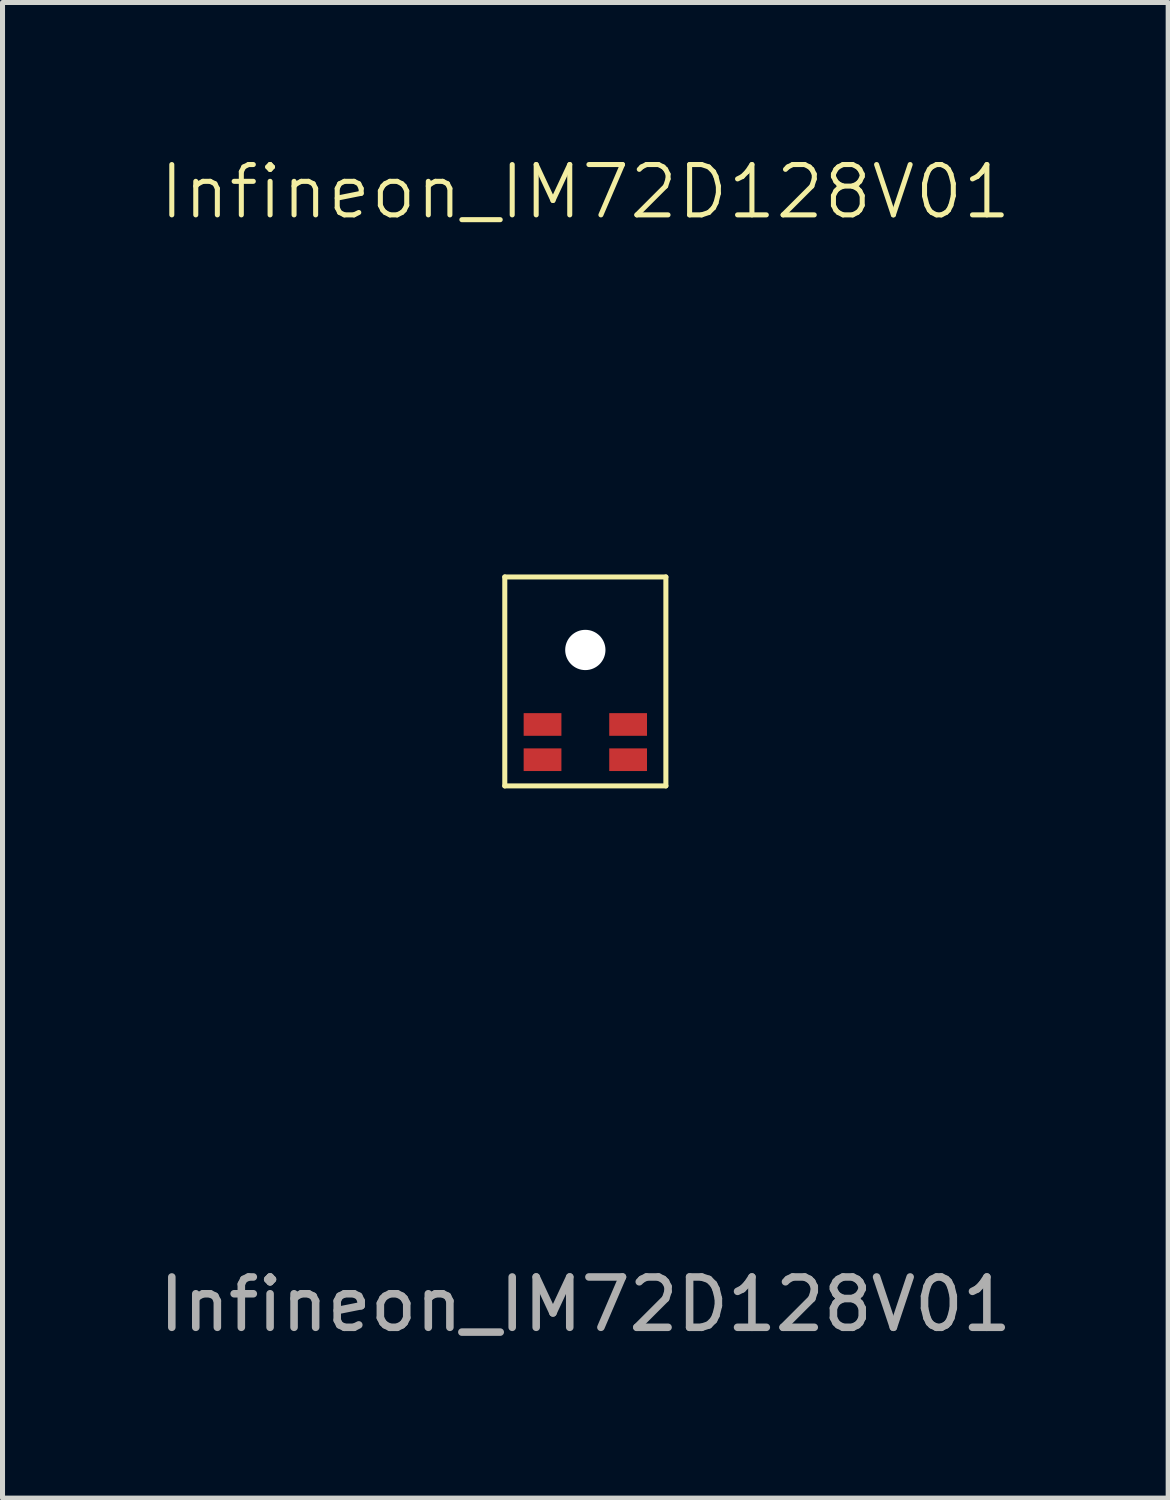
<source format=kicad_pcb>
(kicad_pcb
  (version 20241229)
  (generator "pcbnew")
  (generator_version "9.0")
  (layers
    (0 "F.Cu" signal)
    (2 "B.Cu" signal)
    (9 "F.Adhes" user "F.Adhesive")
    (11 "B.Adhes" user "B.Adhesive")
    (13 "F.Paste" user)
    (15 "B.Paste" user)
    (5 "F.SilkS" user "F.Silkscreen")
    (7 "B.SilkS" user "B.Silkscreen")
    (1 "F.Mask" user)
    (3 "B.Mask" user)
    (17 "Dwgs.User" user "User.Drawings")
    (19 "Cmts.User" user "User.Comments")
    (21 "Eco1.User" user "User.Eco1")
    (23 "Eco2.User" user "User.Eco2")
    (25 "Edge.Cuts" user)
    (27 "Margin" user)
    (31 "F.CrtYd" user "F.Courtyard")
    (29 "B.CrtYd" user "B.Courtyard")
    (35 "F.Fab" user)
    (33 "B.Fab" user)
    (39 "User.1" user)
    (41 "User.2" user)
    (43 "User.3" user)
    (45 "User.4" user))
  (footprint "Infineon_IM72D128V01"
    (layer "F.Cu")
    (at 8.577 9.861)
    (property "Reference" "Infineon_IM72D128V01" (at 0 -9.1 0) (unlocked yes) (layer "F.SilkS") (effects (font (size 1 1) (thickness 0.1))))
    (attr smd)
    (fp_circle (center 0 0) (end 0.81 0) (stroke (width 0.46) (type default)) (fill no) (layer "F.Mask"))
    (fp_line (start -1.6 -1.45) (end -1.6 2.7) (stroke (width 0.1) (type default)) (layer "F.SilkS"))
    (fp_line (start -1.6 -1.45) (end 1.6 -1.45) (stroke (width 0.1) (type default)) (layer "F.SilkS"))
    (fp_line (start -1.6 2.7) (end 1.6 2.7) (stroke (width 0.1) (type default)) (layer "F.SilkS"))
    (fp_line (start 1.6 -1.45) (end 1.6 2.7) (stroke (width 0.1) (type default)) (layer "F.SilkS"))
    (fp_text user "${REFERENCE}" (at 0 13 0) (unlocked yes) (layer "F.Fab") (effects (font (size 1 1) (thickness 0.15))))
    (pad "" np_thru_hole circle (at 0 0) (size 0.8 0.8) (drill 0.8) (layers "*.Cu" "*.Mask"))
    (pad "1" smd rect (at -0.85 2.18) (size 0.75 0.45) (layers "F.Cu" "F.Mask" "F.Paste"))
    (pad "2" smd rect (at -0.85 1.48) (size 0.75 0.45) (layers "F.Cu" "F.Mask" "F.Paste"))
    (pad "3" smd rect (at 0.85 2.18) (size 0.75 0.45) (layers "F.Cu" "F.Mask" "F.Paste"))
    (pad "4" smd rect (at 0.85 1.48) (size 0.75 0.45) (layers "F.Cu" "F.Mask" "F.Paste")))
  (gr_rect
    (start -3 -3)
    (end 20.155 26.709)
    (stroke (width 0.1) (type default))
    (fill no)
    (layer "Edge.Cuts")))
</source>
